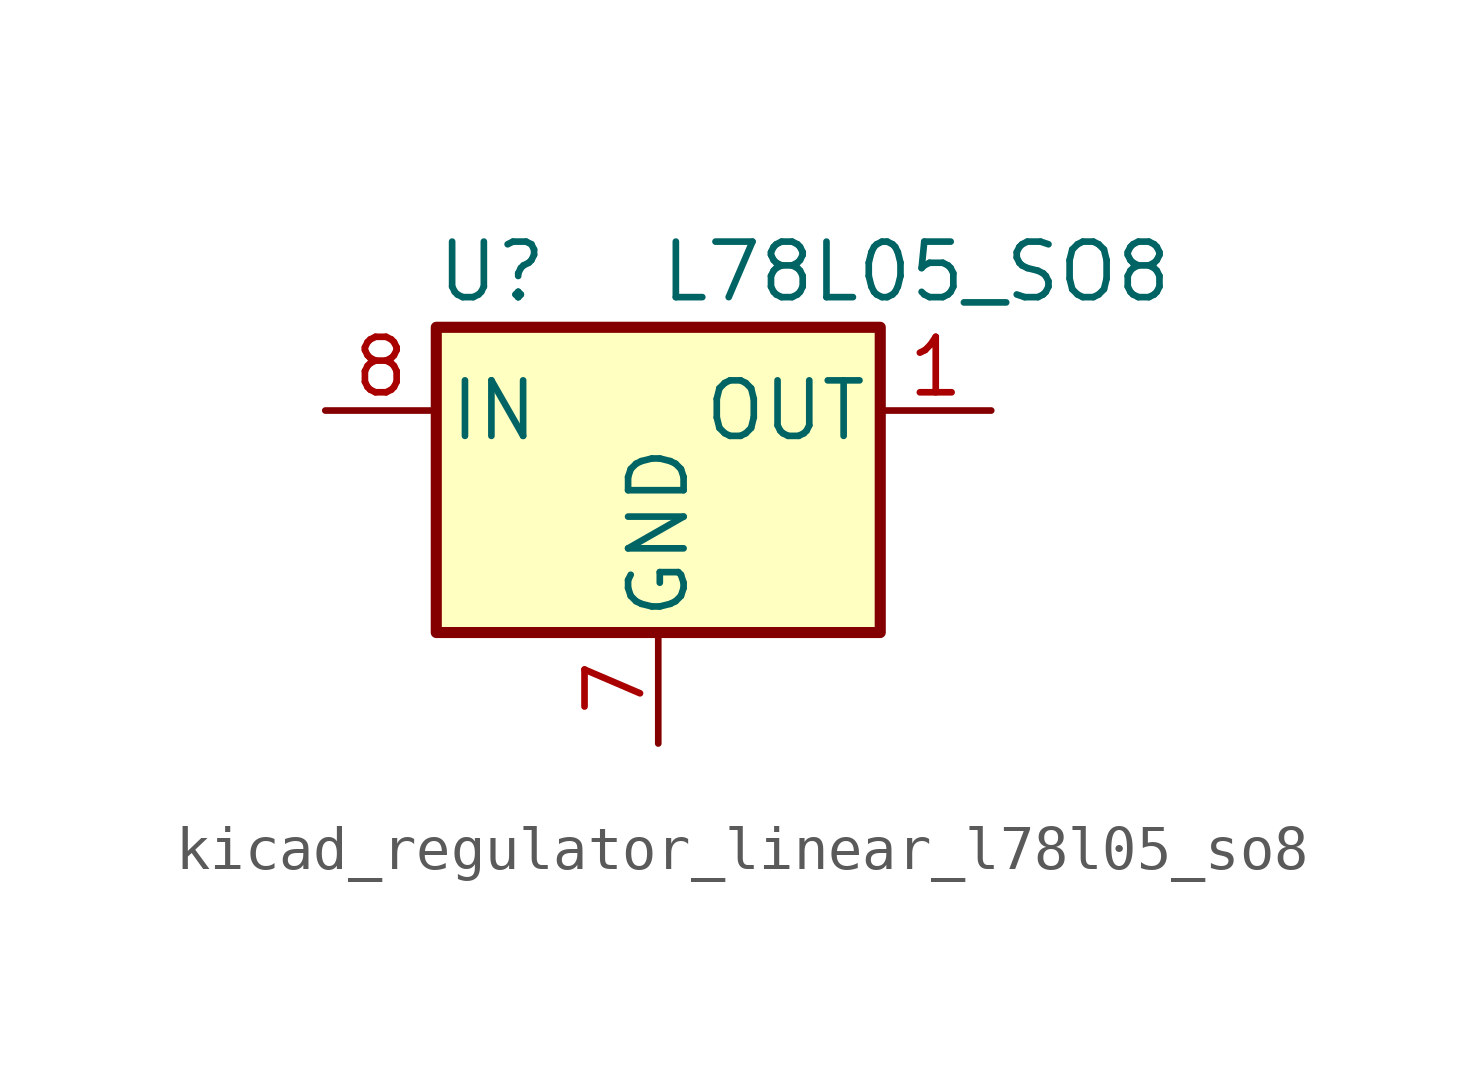
<source format=kicad_sym>
(kicad_symbol_lib
  (version 20220914)
  (generator kicad_symbol_editor)
  (symbol "kicad_regulator_linear_l78l05_so8"
    (pin_names
      (offset 0.254))
    (property "Reference" "U"
      (at -3.81 3.175 0)
      (effects (font (size 1.27 1.27))))
    (property "Value" "L78L05_SO8"
      (at 0 3.175 0)
      (effects (font (size 1.27 1.27)) (justify left)))
    (symbol "kicad_regulator_linear_l78l05_so8_0_1"
      (rectangle (start -5.08 1.905) (end 5.08 -5.08) (stroke (width 0.254) (type default)) (fill (type background))))
    (symbol "kicad_regulator_linear_l78l05_so8_1_1"
      (pin power_out line (at 7.62 0 180) (length 2.54) (name "OUT" (effects (font (size 1.27 1.27)))) (number "1" (effects (font (size 1.27 1.27)))))
      (pin passive line (at 0 -7.62 90) (length 2.54) hide (name "GND" (effects (font (size 1.27 1.27)))) (number "2" (effects (font (size 1.27 1.27)))))
      (pin passive line (at 0 -7.62 90) (length 2.54) hide (name "GND" (effects (font (size 1.27 1.27)))) (number "3" (effects (font (size 1.27 1.27)))))
      (pin no_connect line (at -5.08 -2.54 0) (length 2.54) hide (name "NC" (effects (font (size 1.27 1.27)))) (number "4" (effects (font (size 1.27 1.27)))))
      (pin no_connect line (at 5.08 -2.54 180) (length 2.54) hide (name "NC" (effects (font (size 1.27 1.27)))) (number "5" (effects (font (size 1.27 1.27)))))
      (pin passive line (at 0 -7.62 90) (length 2.54) hide (name "GND" (effects (font (size 1.27 1.27)))) (number "6" (effects (font (size 1.27 1.27)))))
      (pin power_in line (at 0 -7.62 90) (length 2.54) (name "GND" (effects (font (size 1.27 1.27)))) (number "7" (effects (font (size 1.27 1.27)))))
      (pin power_in line (at -7.62 0 0) (length 2.54) (name "IN" (effects (font (size 1.27 1.27)))) (number "8" (effects (font (size 1.27 1.27))))))))
</source>
